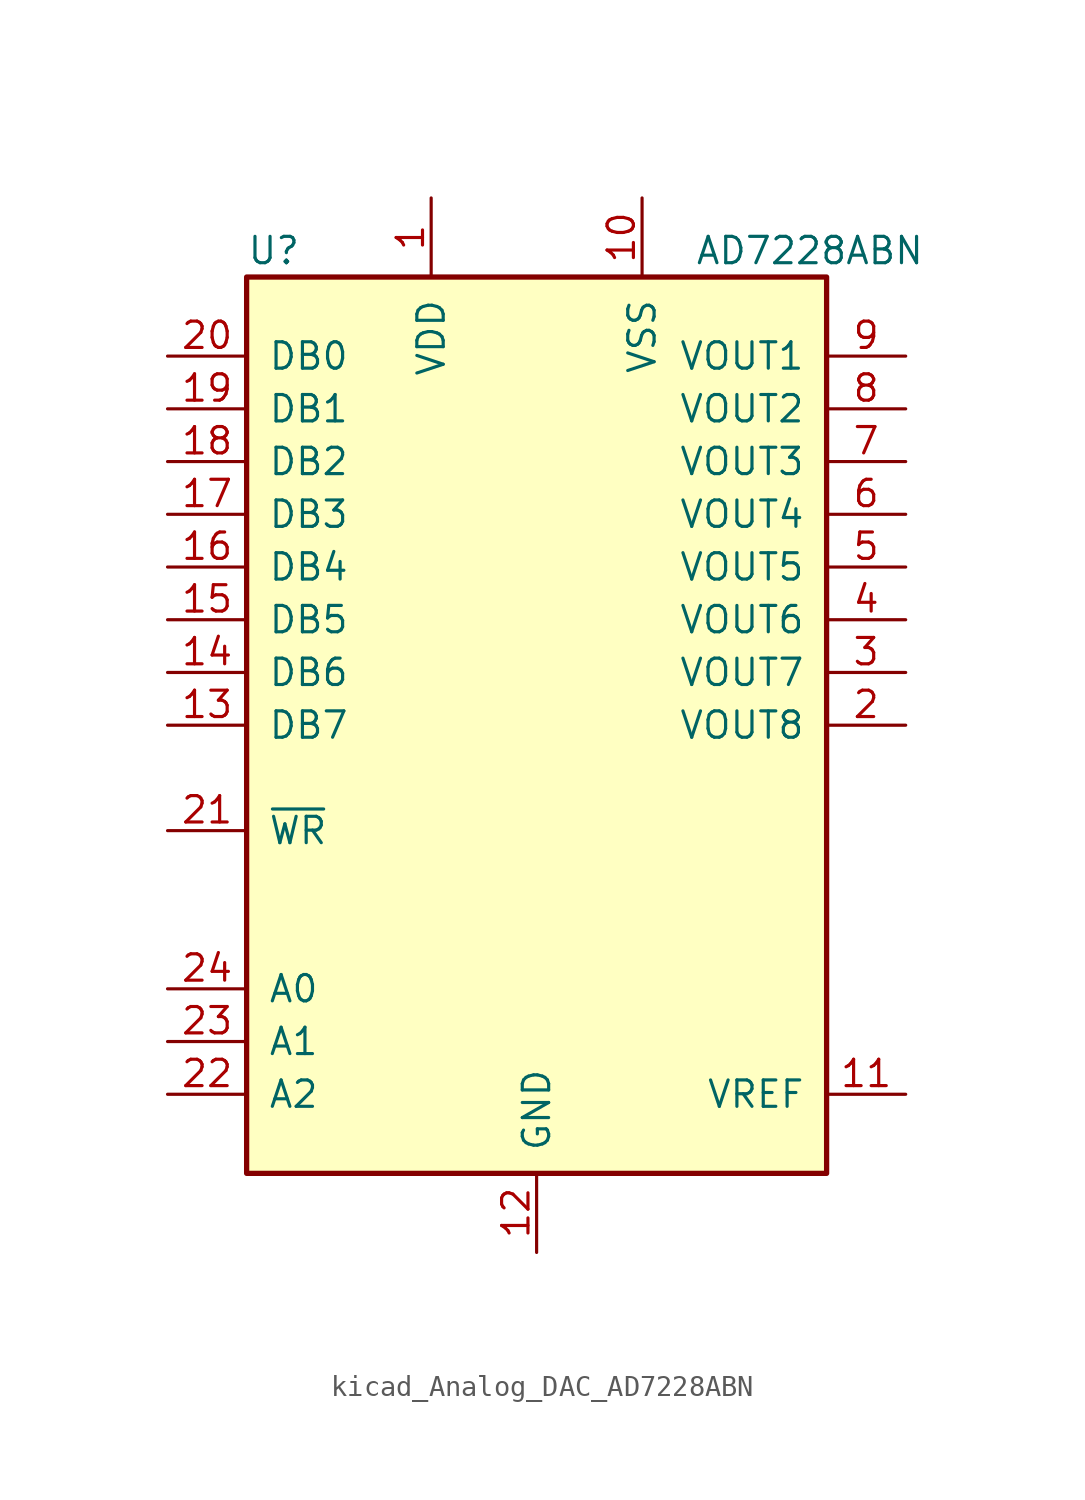
<source format=kicad_sym>
(kicad_symbol_lib
  (version 20220914)
  (generator kicad_symbol_editor)
  (symbol "kicad_Analog_DAC_AD7228ABN"
    (pin_names
      (offset 1.016))
    (property "Reference" "U"
      (at -13.97 22.86 0)
      (effects (font (size 1.27 1.27)) (justify left)))
    (property "Value" "AD7228ABN"
      (at 7.62 22.86 0)
      (effects (font (size 1.27 1.27)) (justify left)))
    (symbol "kicad_Analog_DAC_AD7228ABN_0_1"
      (rectangle (start -13.97 -21.59) (end 13.97 21.59) (stroke (width 0.254) (type default)) (fill (type background))))
    (symbol "kicad_Analog_DAC_AD7228ABN_1_1"
      (pin power_in line (at -5.08 25.4 270) (length 3.81) (name "VDD" (effects (font (size 1.27 1.27)))) (number "1" (effects (font (size 1.27 1.27)))))
      (pin power_in line (at 5.08 25.4 270) (length 3.81) (name "VSS" (effects (font (size 1.27 1.27)))) (number "10" (effects (font (size 1.27 1.27)))))
      (pin passive line (at 17.78 -17.78 180) (length 3.81) (name "VREF" (effects (font (size 1.27 1.27)))) (number "11" (effects (font (size 1.27 1.27)))))
      (pin power_in line (at 0 -25.4 90) (length 3.81) (name "GND" (effects (font (size 1.27 1.27)))) (number "12" (effects (font (size 1.27 1.27)))))
      (pin input line (at -17.78 0 0) (length 3.81) (name "DB7" (effects (font (size 1.27 1.27)))) (number "13" (effects (font (size 1.27 1.27)))))
      (pin input line (at -17.78 2.54 0) (length 3.81) (name "DB6" (effects (font (size 1.27 1.27)))) (number "14" (effects (font (size 1.27 1.27)))))
      (pin input line (at -17.78 5.08 0) (length 3.81) (name "DB5" (effects (font (size 1.27 1.27)))) (number "15" (effects (font (size 1.27 1.27)))))
      (pin input line (at -17.78 7.62 0) (length 3.81) (name "DB4" (effects (font (size 1.27 1.27)))) (number "16" (effects (font (size 1.27 1.27)))))
      (pin input line (at -17.78 10.16 0) (length 3.81) (name "DB3" (effects (font (size 1.27 1.27)))) (number "17" (effects (font (size 1.27 1.27)))))
      (pin input line (at -17.78 12.7 0) (length 3.81) (name "DB2" (effects (font (size 1.27 1.27)))) (number "18" (effects (font (size 1.27 1.27)))))
      (pin input line (at -17.78 15.24 0) (length 3.81) (name "DB1" (effects (font (size 1.27 1.27)))) (number "19" (effects (font (size 1.27 1.27)))))
      (pin output line (at 17.78 0 180) (length 3.81) (name "VOUT8" (effects (font (size 1.27 1.27)))) (number "2" (effects (font (size 1.27 1.27)))))
      (pin input line (at -17.78 17.78 0) (length 3.81) (name "DB0" (effects (font (size 1.27 1.27)))) (number "20" (effects (font (size 1.27 1.27)))))
      (pin input line (at -17.78 -5.08 0) (length 3.81) (name "~{WR}" (effects (font (size 1.27 1.27)))) (number "21" (effects (font (size 1.27 1.27)))))
      (pin input line (at -17.78 -17.78 0) (length 3.81) (name "A2" (effects (font (size 1.27 1.27)))) (number "22" (effects (font (size 1.27 1.27)))))
      (pin input line (at -17.78 -15.24 0) (length 3.81) (name "A1" (effects (font (size 1.27 1.27)))) (number "23" (effects (font (size 1.27 1.27)))))
      (pin input line (at -17.78 -12.7 0) (length 3.81) (name "A0" (effects (font (size 1.27 1.27)))) (number "24" (effects (font (size 1.27 1.27)))))
      (pin output line (at 17.78 2.54 180) (length 3.81) (name "VOUT7" (effects (font (size 1.27 1.27)))) (number "3" (effects (font (size 1.27 1.27)))))
      (pin output line (at 17.78 5.08 180) (length 3.81) (name "VOUT6" (effects (font (size 1.27 1.27)))) (number "4" (effects (font (size 1.27 1.27)))))
      (pin output line (at 17.78 7.62 180) (length 3.81) (name "VOUT5" (effects (font (size 1.27 1.27)))) (number "5" (effects (font (size 1.27 1.27)))))
      (pin output line (at 17.78 10.16 180) (length 3.81) (name "VOUT4" (effects (font (size 1.27 1.27)))) (number "6" (effects (font (size 1.27 1.27)))))
      (pin output line (at 17.78 12.7 180) (length 3.81) (name "VOUT3" (effects (font (size 1.27 1.27)))) (number "7" (effects (font (size 1.27 1.27)))))
      (pin output line (at 17.78 15.24 180) (length 3.81) (name "VOUT2" (effects (font (size 1.27 1.27)))) (number "8" (effects (font (size 1.27 1.27)))))
      (pin output line (at 17.78 17.78 180) (length 3.81) (name "VOUT1" (effects (font (size 1.27 1.27)))) (number "9" (effects (font (size 1.27 1.27))))))))
</source>
